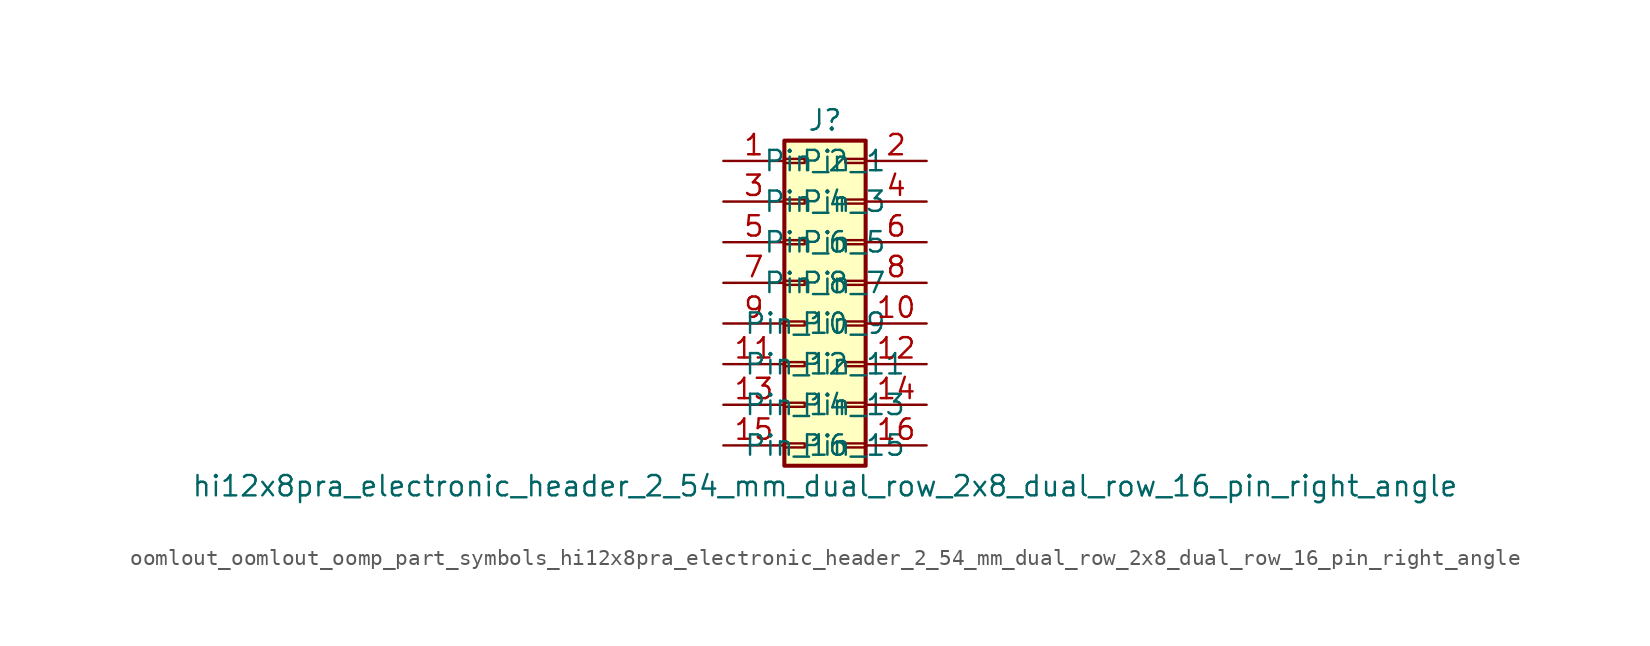
<source format=kicad_sym>
(kicad_symbol_lib
  (version 20220914)
  (generator kicad_symbol_editor)
  (symbol "oomlout_oomlout_oomp_part_symbols_hi12x8pra_electronic_header_2_54_mm_dual_row_2x8_dual_row_16_pin_right_angle"
    (pin_names
      (offset 1.016))
    (property "Reference" "J"
      (at 1.27 10.16 0)
      (effects (font (size 1.27 1.27))))
    (property "Value" "hi12x8pra_electronic_header_2_54_mm_dual_row_2x8_dual_row_16_pin_right_angle"
      (at 1.27 -12.7 0)
      (effects (font (size 1.27 1.27))))
    (symbol "oomlout_oomlout_oomp_part_symbols_hi12x8pra_electronic_header_2_54_mm_dual_row_2x8_dual_row_16_pin_right_angle_1_1"
      (rectangle (start -1.27 -10.033) (end 0 -10.287) (stroke (width 0.152) (type default)) (fill (type none)))
      (rectangle (start -1.27 -7.493) (end 0 -7.747) (stroke (width 0.152) (type default)) (fill (type none)))
      (rectangle (start -1.27 -4.953) (end 0 -5.207) (stroke (width 0.152) (type default)) (fill (type none)))
      (rectangle (start -1.27 -2.413) (end 0 -2.667) (stroke (width 0.152) (type default)) (fill (type none)))
      (rectangle (start -1.27 0.127) (end 0 -0.127) (stroke (width 0.152) (type default)) (fill (type none)))
      (rectangle (start -1.27 2.667) (end 0 2.413) (stroke (width 0.152) (type default)) (fill (type none)))
      (rectangle (start -1.27 5.207) (end 0 4.953) (stroke (width 0.152) (type default)) (fill (type none)))
      (rectangle (start -1.27 7.747) (end 0 7.493) (stroke (width 0.152) (type default)) (fill (type none)))
      (rectangle (start -1.27 8.89) (end 3.81 -11.43) (stroke (width 0.254) (type default)) (fill (type background)))
      (rectangle (start 3.81 -10.033) (end 2.54 -10.287) (stroke (width 0.152) (type default)) (fill (type none)))
      (rectangle (start 3.81 -7.493) (end 2.54 -7.747) (stroke (width 0.152) (type default)) (fill (type none)))
      (rectangle (start 3.81 -4.953) (end 2.54 -5.207) (stroke (width 0.152) (type default)) (fill (type none)))
      (rectangle (start 3.81 -2.413) (end 2.54 -2.667) (stroke (width 0.152) (type default)) (fill (type none)))
      (rectangle (start 3.81 0.127) (end 2.54 -0.127) (stroke (width 0.152) (type default)) (fill (type none)))
      (rectangle (start 3.81 2.667) (end 2.54 2.413) (stroke (width 0.152) (type default)) (fill (type none)))
      (rectangle (start 3.81 5.207) (end 2.54 4.953) (stroke (width 0.152) (type default)) (fill (type none)))
      (rectangle (start 3.81 7.747) (end 2.54 7.493) (stroke (width 0.152) (type default)) (fill (type none)))
      (pin passive line (at -5.08 7.62 0) (length 3.81) (name "Pin_1" (effects (font (size 1.27 1.27)))) (number "1" (effects (font (size 1.27 1.27)))))
      (pin passive line (at 7.62 -2.54 180) (length 3.81) (name "Pin_10" (effects (font (size 1.27 1.27)))) (number "10" (effects (font (size 1.27 1.27)))))
      (pin passive line (at -5.08 -5.08 0) (length 3.81) (name "Pin_11" (effects (font (size 1.27 1.27)))) (number "11" (effects (font (size 1.27 1.27)))))
      (pin passive line (at 7.62 -5.08 180) (length 3.81) (name "Pin_12" (effects (font (size 1.27 1.27)))) (number "12" (effects (font (size 1.27 1.27)))))
      (pin passive line (at -5.08 -7.62 0) (length 3.81) (name "Pin_13" (effects (font (size 1.27 1.27)))) (number "13" (effects (font (size 1.27 1.27)))))
      (pin passive line (at 7.62 -7.62 180) (length 3.81) (name "Pin_14" (effects (font (size 1.27 1.27)))) (number "14" (effects (font (size 1.27 1.27)))))
      (pin passive line (at -5.08 -10.16 0) (length 3.81) (name "Pin_15" (effects (font (size 1.27 1.27)))) (number "15" (effects (font (size 1.27 1.27)))))
      (pin passive line (at 7.62 -10.16 180) (length 3.81) (name "Pin_16" (effects (font (size 1.27 1.27)))) (number "16" (effects (font (size 1.27 1.27)))))
      (pin passive line (at 7.62 7.62 180) (length 3.81) (name "Pin_2" (effects (font (size 1.27 1.27)))) (number "2" (effects (font (size 1.27 1.27)))))
      (pin passive line (at -5.08 5.08 0) (length 3.81) (name "Pin_3" (effects (font (size 1.27 1.27)))) (number "3" (effects (font (size 1.27 1.27)))))
      (pin passive line (at 7.62 5.08 180) (length 3.81) (name "Pin_4" (effects (font (size 1.27 1.27)))) (number "4" (effects (font (size 1.27 1.27)))))
      (pin passive line (at -5.08 2.54 0) (length 3.81) (name "Pin_5" (effects (font (size 1.27 1.27)))) (number "5" (effects (font (size 1.27 1.27)))))
      (pin passive line (at 7.62 2.54 180) (length 3.81) (name "Pin_6" (effects (font (size 1.27 1.27)))) (number "6" (effects (font (size 1.27 1.27)))))
      (pin passive line (at -5.08 0 0) (length 3.81) (name "Pin_7" (effects (font (size 1.27 1.27)))) (number "7" (effects (font (size 1.27 1.27)))))
      (pin passive line (at 7.62 0 180) (length 3.81) (name "Pin_8" (effects (font (size 1.27 1.27)))) (number "8" (effects (font (size 1.27 1.27)))))
      (pin passive line (at -5.08 -2.54 0) (length 3.81) (name "Pin_9" (effects (font (size 1.27 1.27)))) (number "9" (effects (font (size 1.27 1.27))))))))
</source>
